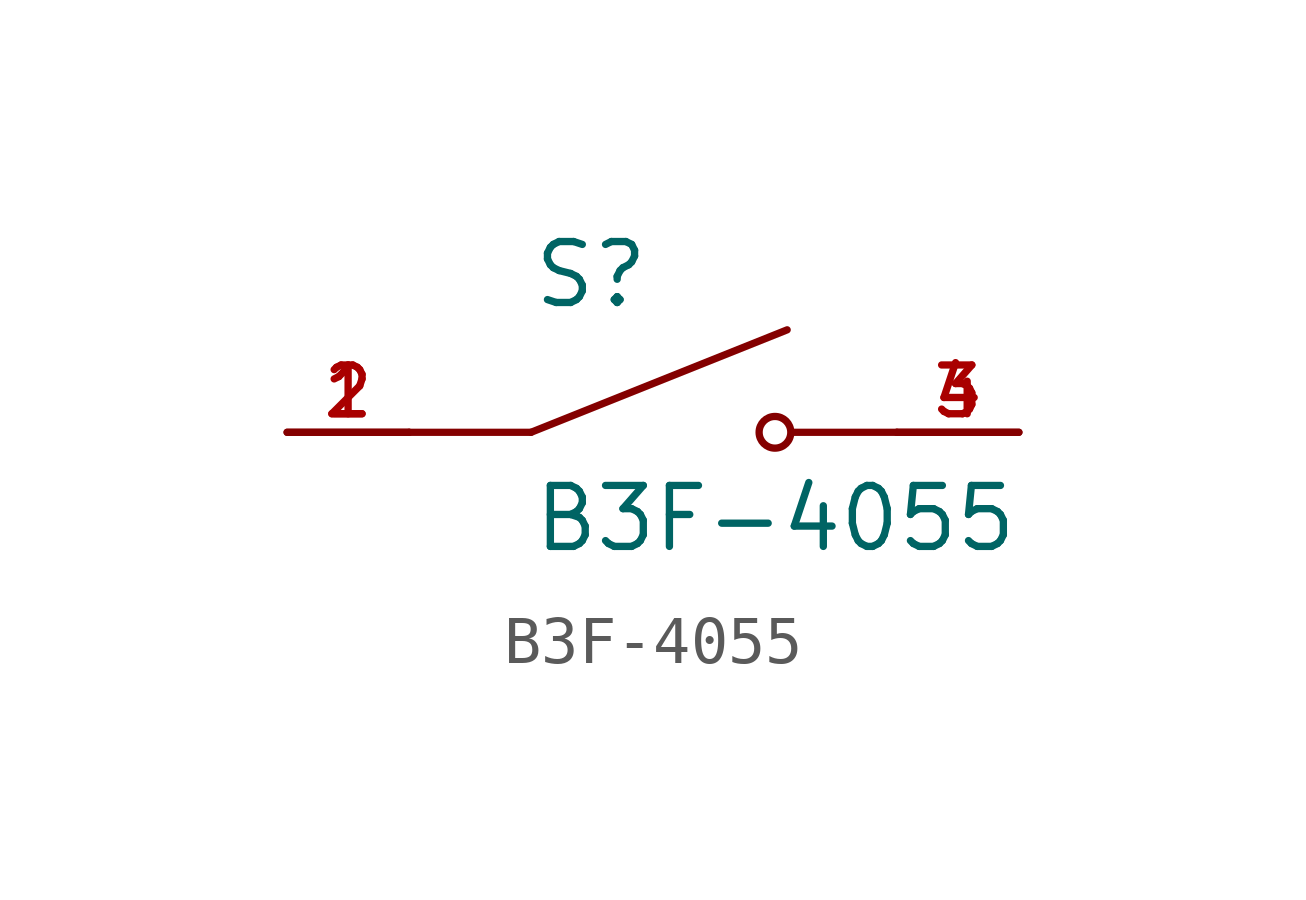
<source format=kicad_sym>
(kicad_symbol_lib
  (version 20211014)
  (generator kicad_symbol_editor)
  (symbol "B3F-4055"
    (pin_names
      (offset 1.016) hide)
    (property "Reference" "S"
      (at -2.54 2.54 0)
      (effects (font (size 1.27 1.27)) (justify left bottom)))
    (property "Value" "B3F-4055"
      (at -2.54 -2.54 0)
      (effects (font (size 1.27 1.27)) (justify left bottom)))
    (symbol "B3F-4055_0_0"
      (polyline (pts (xy -2.54 0) (xy -5.08 0)) (stroke (width 0.152) (type default) (color 0 0 0 0)) (fill (type none)))
      (polyline (pts (xy -2.54 0) (xy 2.794 2.134)) (stroke (width 0.152) (type default) (color 0 0 0 0)) (fill (type none)))
      (polyline (pts (xy 5.08 0) (xy 2.921 0)) (stroke (width 0.152) (type default) (color 0 0 0 0)) (fill (type none)))
      (circle (center 2.54 0) (radius 0.33) (stroke (width 0.152) (type default) (color 0 0 0 0)) (fill (type none)))
      (pin passive line (at -7.62 0 0) (length 2.54) (name "~" (effects (font (size 1.016 1.016)))) (number "1" (effects (font (size 1.016 1.016)))))
      (pin passive line (at -7.62 0 0) (length 2.54) (name "~" (effects (font (size 1.016 1.016)))) (number "2" (effects (font (size 1.016 1.016)))))
      (pin bidirectional line (at 7.62 0 180) (length 2.54) (name "~" (effects (font (size 1.016 1.016)))) (number "3" (effects (font (size 1.016 1.016)))))
      (pin bidirectional line (at 7.62 0 180) (length 2.54) (name "~" (effects (font (size 1.016 1.016)))) (number "4" (effects (font (size 1.016 1.016))))))))
</source>
